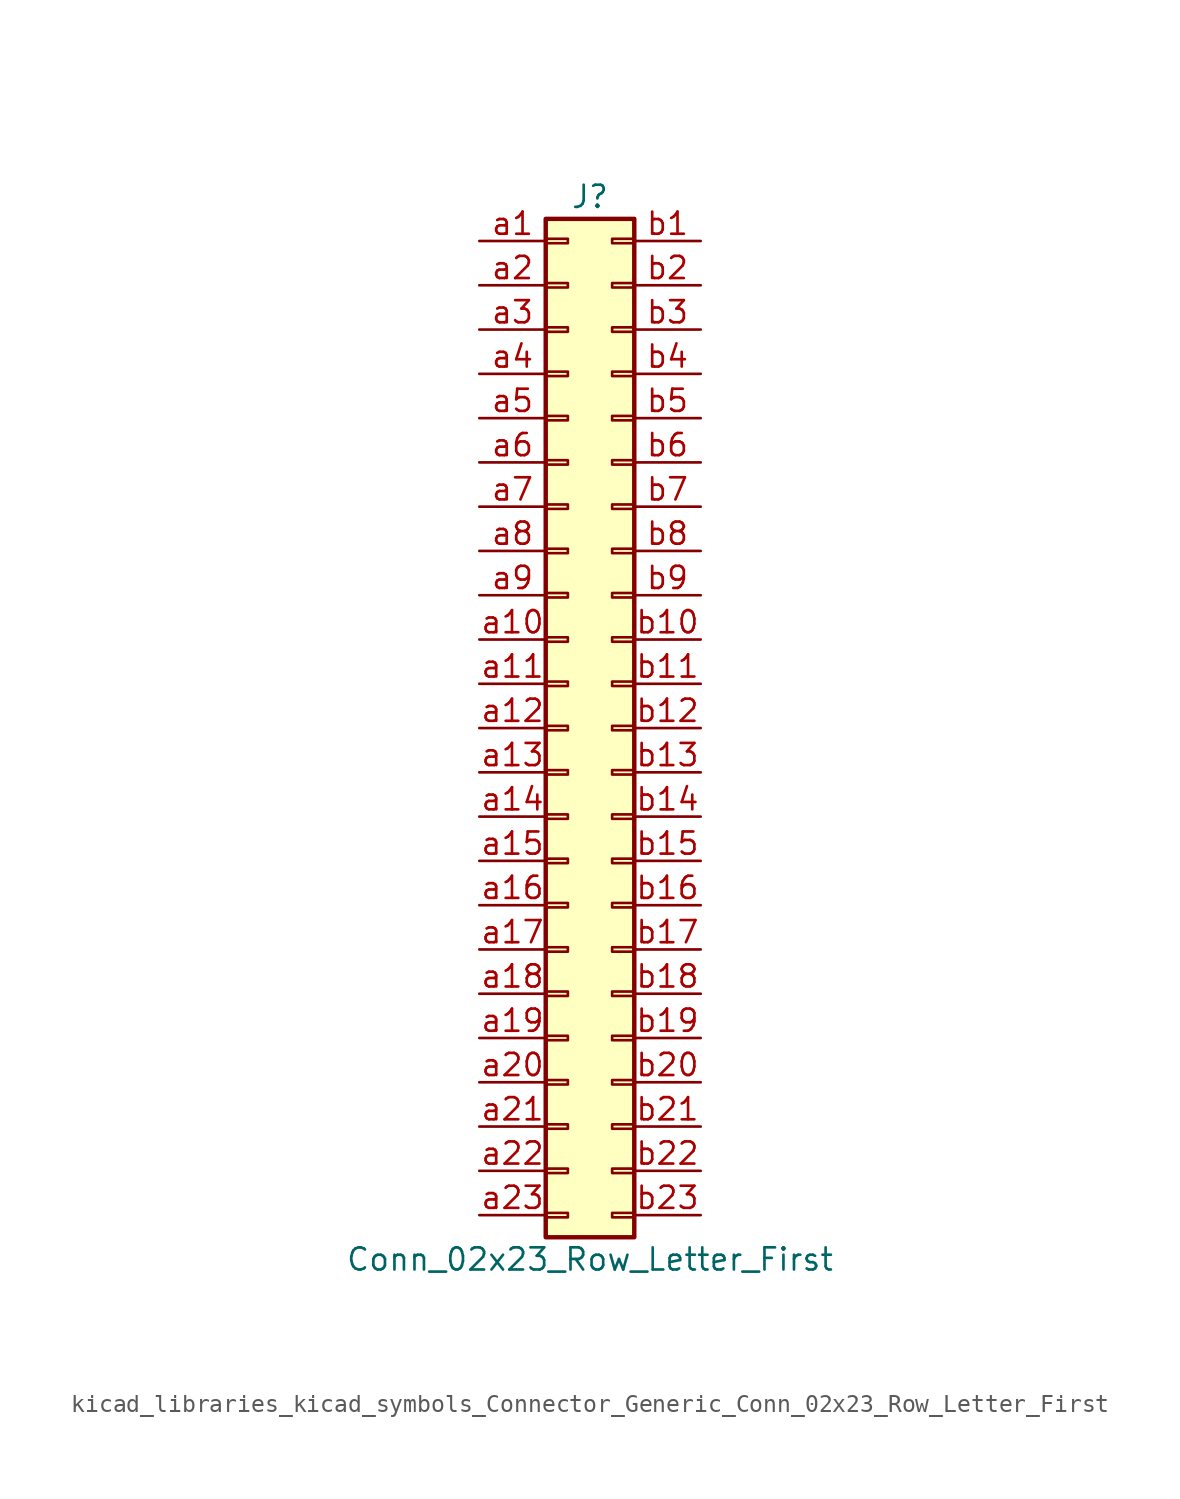
<source format=kicad_sym>
(kicad_symbol_lib
  (version 20220914)
  (generator kicad_symbol_editor)
  (symbol "kicad_libraries_kicad_symbols_Connector_Generic_Conn_02x23_Row_Letter_First"
    (pin_names
      (offset 1.016) hide)
    (property "Reference" "J"
      (at 1.27 30.48 0)
      (effects (font (size 1.27 1.27))))
    (property "Value" "Conn_02x23_Row_Letter_First"
      (at 1.27 -30.48 0)
      (effects (font (size 1.27 1.27))))
    (symbol "kicad_libraries_kicad_symbols_Connector_Generic_Conn_02x23_Row_Letter_First_1_1"
      (rectangle (start -1.27 -27.813) (end 0 -28.067) (stroke (width 0.152) (type default)) (fill (type none)))
      (rectangle (start -1.27 -25.273) (end 0 -25.527) (stroke (width 0.152) (type default)) (fill (type none)))
      (rectangle (start -1.27 -22.733) (end 0 -22.987) (stroke (width 0.152) (type default)) (fill (type none)))
      (rectangle (start -1.27 -20.193) (end 0 -20.447) (stroke (width 0.152) (type default)) (fill (type none)))
      (rectangle (start -1.27 -17.653) (end 0 -17.907) (stroke (width 0.152) (type default)) (fill (type none)))
      (rectangle (start -1.27 -15.113) (end 0 -15.367) (stroke (width 0.152) (type default)) (fill (type none)))
      (rectangle (start -1.27 -12.573) (end 0 -12.827) (stroke (width 0.152) (type default)) (fill (type none)))
      (rectangle (start -1.27 -10.033) (end 0 -10.287) (stroke (width 0.152) (type default)) (fill (type none)))
      (rectangle (start -1.27 -7.493) (end 0 -7.747) (stroke (width 0.152) (type default)) (fill (type none)))
      (rectangle (start -1.27 -4.953) (end 0 -5.207) (stroke (width 0.152) (type default)) (fill (type none)))
      (rectangle (start -1.27 -2.413) (end 0 -2.667) (stroke (width 0.152) (type default)) (fill (type none)))
      (rectangle (start -1.27 0.127) (end 0 -0.127) (stroke (width 0.152) (type default)) (fill (type none)))
      (rectangle (start -1.27 2.667) (end 0 2.413) (stroke (width 0.152) (type default)) (fill (type none)))
      (rectangle (start -1.27 5.207) (end 0 4.953) (stroke (width 0.152) (type default)) (fill (type none)))
      (rectangle (start -1.27 7.747) (end 0 7.493) (stroke (width 0.152) (type default)) (fill (type none)))
      (rectangle (start -1.27 10.287) (end 0 10.033) (stroke (width 0.152) (type default)) (fill (type none)))
      (rectangle (start -1.27 12.827) (end 0 12.573) (stroke (width 0.152) (type default)) (fill (type none)))
      (rectangle (start -1.27 15.367) (end 0 15.113) (stroke (width 0.152) (type default)) (fill (type none)))
      (rectangle (start -1.27 17.907) (end 0 17.653) (stroke (width 0.152) (type default)) (fill (type none)))
      (rectangle (start -1.27 20.447) (end 0 20.193) (stroke (width 0.152) (type default)) (fill (type none)))
      (rectangle (start -1.27 22.987) (end 0 22.733) (stroke (width 0.152) (type default)) (fill (type none)))
      (rectangle (start -1.27 25.527) (end 0 25.273) (stroke (width 0.152) (type default)) (fill (type none)))
      (rectangle (start -1.27 28.067) (end 0 27.813) (stroke (width 0.152) (type default)) (fill (type none)))
      (rectangle (start -1.27 29.21) (end 3.81 -29.21) (stroke (width 0.254) (type default)) (fill (type background)))
      (rectangle (start 3.81 -27.813) (end 2.54 -28.067) (stroke (width 0.152) (type default)) (fill (type none)))
      (rectangle (start 3.81 -25.273) (end 2.54 -25.527) (stroke (width 0.152) (type default)) (fill (type none)))
      (rectangle (start 3.81 -22.733) (end 2.54 -22.987) (stroke (width 0.152) (type default)) (fill (type none)))
      (rectangle (start 3.81 -20.193) (end 2.54 -20.447) (stroke (width 0.152) (type default)) (fill (type none)))
      (rectangle (start 3.81 -17.653) (end 2.54 -17.907) (stroke (width 0.152) (type default)) (fill (type none)))
      (rectangle (start 3.81 -15.113) (end 2.54 -15.367) (stroke (width 0.152) (type default)) (fill (type none)))
      (rectangle (start 3.81 -12.573) (end 2.54 -12.827) (stroke (width 0.152) (type default)) (fill (type none)))
      (rectangle (start 3.81 -10.033) (end 2.54 -10.287) (stroke (width 0.152) (type default)) (fill (type none)))
      (rectangle (start 3.81 -7.493) (end 2.54 -7.747) (stroke (width 0.152) (type default)) (fill (type none)))
      (rectangle (start 3.81 -4.953) (end 2.54 -5.207) (stroke (width 0.152) (type default)) (fill (type none)))
      (rectangle (start 3.81 -2.413) (end 2.54 -2.667) (stroke (width 0.152) (type default)) (fill (type none)))
      (rectangle (start 3.81 0.127) (end 2.54 -0.127) (stroke (width 0.152) (type default)) (fill (type none)))
      (rectangle (start 3.81 2.667) (end 2.54 2.413) (stroke (width 0.152) (type default)) (fill (type none)))
      (rectangle (start 3.81 5.207) (end 2.54 4.953) (stroke (width 0.152) (type default)) (fill (type none)))
      (rectangle (start 3.81 7.747) (end 2.54 7.493) (stroke (width 0.152) (type default)) (fill (type none)))
      (rectangle (start 3.81 10.287) (end 2.54 10.033) (stroke (width 0.152) (type default)) (fill (type none)))
      (rectangle (start 3.81 12.827) (end 2.54 12.573) (stroke (width 0.152) (type default)) (fill (type none)))
      (rectangle (start 3.81 15.367) (end 2.54 15.113) (stroke (width 0.152) (type default)) (fill (type none)))
      (rectangle (start 3.81 17.907) (end 2.54 17.653) (stroke (width 0.152) (type default)) (fill (type none)))
      (rectangle (start 3.81 20.447) (end 2.54 20.193) (stroke (width 0.152) (type default)) (fill (type none)))
      (rectangle (start 3.81 22.987) (end 2.54 22.733) (stroke (width 0.152) (type default)) (fill (type none)))
      (rectangle (start 3.81 25.527) (end 2.54 25.273) (stroke (width 0.152) (type default)) (fill (type none)))
      (rectangle (start 3.81 28.067) (end 2.54 27.813) (stroke (width 0.152) (type default)) (fill (type none)))
      (pin passive line (at -5.08 27.94 0) (length 3.81) (name "Pin_a1" (effects (font (size 1.27 1.27)))) (number "a1" (effects (font (size 1.27 1.27)))))
      (pin passive line (at -5.08 5.08 0) (length 3.81) (name "Pin_a10" (effects (font (size 1.27 1.27)))) (number "a10" (effects (font (size 1.27 1.27)))))
      (pin passive line (at -5.08 2.54 0) (length 3.81) (name "Pin_a11" (effects (font (size 1.27 1.27)))) (number "a11" (effects (font (size 1.27 1.27)))))
      (pin passive line (at -5.08 0 0) (length 3.81) (name "Pin_a12" (effects (font (size 1.27 1.27)))) (number "a12" (effects (font (size 1.27 1.27)))))
      (pin passive line (at -5.08 -2.54 0) (length 3.81) (name "Pin_a13" (effects (font (size 1.27 1.27)))) (number "a13" (effects (font (size 1.27 1.27)))))
      (pin passive line (at -5.08 -5.08 0) (length 3.81) (name "Pin_a14" (effects (font (size 1.27 1.27)))) (number "a14" (effects (font (size 1.27 1.27)))))
      (pin passive line (at -5.08 -7.62 0) (length 3.81) (name "Pin_a15" (effects (font (size 1.27 1.27)))) (number "a15" (effects (font (size 1.27 1.27)))))
      (pin passive line (at -5.08 -10.16 0) (length 3.81) (name "Pin_a16" (effects (font (size 1.27 1.27)))) (number "a16" (effects (font (size 1.27 1.27)))))
      (pin passive line (at -5.08 -12.7 0) (length 3.81) (name "Pin_a17" (effects (font (size 1.27 1.27)))) (number "a17" (effects (font (size 1.27 1.27)))))
      (pin passive line (at -5.08 -15.24 0) (length 3.81) (name "Pin_a18" (effects (font (size 1.27 1.27)))) (number "a18" (effects (font (size 1.27 1.27)))))
      (pin passive line (at -5.08 -17.78 0) (length 3.81) (name "Pin_a19" (effects (font (size 1.27 1.27)))) (number "a19" (effects (font (size 1.27 1.27)))))
      (pin passive line (at -5.08 25.4 0) (length 3.81) (name "Pin_a2" (effects (font (size 1.27 1.27)))) (number "a2" (effects (font (size 1.27 1.27)))))
      (pin passive line (at -5.08 -20.32 0) (length 3.81) (name "Pin_a20" (effects (font (size 1.27 1.27)))) (number "a20" (effects (font (size 1.27 1.27)))))
      (pin passive line (at -5.08 -22.86 0) (length 3.81) (name "Pin_a21" (effects (font (size 1.27 1.27)))) (number "a21" (effects (font (size 1.27 1.27)))))
      (pin passive line (at -5.08 -25.4 0) (length 3.81) (name "Pin_a22" (effects (font (size 1.27 1.27)))) (number "a22" (effects (font (size 1.27 1.27)))))
      (pin passive line (at -5.08 -27.94 0) (length 3.81) (name "Pin_a23" (effects (font (size 1.27 1.27)))) (number "a23" (effects (font (size 1.27 1.27)))))
      (pin passive line (at -5.08 22.86 0) (length 3.81) (name "Pin_a3" (effects (font (size 1.27 1.27)))) (number "a3" (effects (font (size 1.27 1.27)))))
      (pin passive line (at -5.08 20.32 0) (length 3.81) (name "Pin_a4" (effects (font (size 1.27 1.27)))) (number "a4" (effects (font (size 1.27 1.27)))))
      (pin passive line (at -5.08 17.78 0) (length 3.81) (name "Pin_a5" (effects (font (size 1.27 1.27)))) (number "a5" (effects (font (size 1.27 1.27)))))
      (pin passive line (at -5.08 15.24 0) (length 3.81) (name "Pin_a6" (effects (font (size 1.27 1.27)))) (number "a6" (effects (font (size 1.27 1.27)))))
      (pin passive line (at -5.08 12.7 0) (length 3.81) (name "Pin_a7" (effects (font (size 1.27 1.27)))) (number "a7" (effects (font (size 1.27 1.27)))))
      (pin passive line (at -5.08 10.16 0) (length 3.81) (name "Pin_a8" (effects (font (size 1.27 1.27)))) (number "a8" (effects (font (size 1.27 1.27)))))
      (pin passive line (at -5.08 7.62 0) (length 3.81) (name "Pin_a9" (effects (font (size 1.27 1.27)))) (number "a9" (effects (font (size 1.27 1.27)))))
      (pin passive line (at 7.62 27.94 180) (length 3.81) (name "Pin_b1" (effects (font (size 1.27 1.27)))) (number "b1" (effects (font (size 1.27 1.27)))))
      (pin passive line (at 7.62 5.08 180) (length 3.81) (name "Pin_b10" (effects (font (size 1.27 1.27)))) (number "b10" (effects (font (size 1.27 1.27)))))
      (pin passive line (at 7.62 2.54 180) (length 3.81) (name "Pin_b11" (effects (font (size 1.27 1.27)))) (number "b11" (effects (font (size 1.27 1.27)))))
      (pin passive line (at 7.62 0 180) (length 3.81) (name "Pin_b12" (effects (font (size 1.27 1.27)))) (number "b12" (effects (font (size 1.27 1.27)))))
      (pin passive line (at 7.62 -2.54 180) (length 3.81) (name "Pin_b13" (effects (font (size 1.27 1.27)))) (number "b13" (effects (font (size 1.27 1.27)))))
      (pin passive line (at 7.62 -5.08 180) (length 3.81) (name "Pin_b14" (effects (font (size 1.27 1.27)))) (number "b14" (effects (font (size 1.27 1.27)))))
      (pin passive line (at 7.62 -7.62 180) (length 3.81) (name "Pin_b15" (effects (font (size 1.27 1.27)))) (number "b15" (effects (font (size 1.27 1.27)))))
      (pin passive line (at 7.62 -10.16 180) (length 3.81) (name "Pin_b16" (effects (font (size 1.27 1.27)))) (number "b16" (effects (font (size 1.27 1.27)))))
      (pin passive line (at 7.62 -12.7 180) (length 3.81) (name "Pin_b17" (effects (font (size 1.27 1.27)))) (number "b17" (effects (font (size 1.27 1.27)))))
      (pin passive line (at 7.62 -15.24 180) (length 3.81) (name "Pin_b18" (effects (font (size 1.27 1.27)))) (number "b18" (effects (font (size 1.27 1.27)))))
      (pin passive line (at 7.62 -17.78 180) (length 3.81) (name "Pin_b19" (effects (font (size 1.27 1.27)))) (number "b19" (effects (font (size 1.27 1.27)))))
      (pin passive line (at 7.62 25.4 180) (length 3.81) (name "Pin_b2" (effects (font (size 1.27 1.27)))) (number "b2" (effects (font (size 1.27 1.27)))))
      (pin passive line (at 7.62 -20.32 180) (length 3.81) (name "Pin_b20" (effects (font (size 1.27 1.27)))) (number "b20" (effects (font (size 1.27 1.27)))))
      (pin passive line (at 7.62 -22.86 180) (length 3.81) (name "Pin_b21" (effects (font (size 1.27 1.27)))) (number "b21" (effects (font (size 1.27 1.27)))))
      (pin passive line (at 7.62 -25.4 180) (length 3.81) (name "Pin_b22" (effects (font (size 1.27 1.27)))) (number "b22" (effects (font (size 1.27 1.27)))))
      (pin passive line (at 7.62 -27.94 180) (length 3.81) (name "Pin_b23" (effects (font (size 1.27 1.27)))) (number "b23" (effects (font (size 1.27 1.27)))))
      (pin passive line (at 7.62 22.86 180) (length 3.81) (name "Pin_b3" (effects (font (size 1.27 1.27)))) (number "b3" (effects (font (size 1.27 1.27)))))
      (pin passive line (at 7.62 20.32 180) (length 3.81) (name "Pin_b4" (effects (font (size 1.27 1.27)))) (number "b4" (effects (font (size 1.27 1.27)))))
      (pin passive line (at 7.62 17.78 180) (length 3.81) (name "Pin_b5" (effects (font (size 1.27 1.27)))) (number "b5" (effects (font (size 1.27 1.27)))))
      (pin passive line (at 7.62 15.24 180) (length 3.81) (name "Pin_b6" (effects (font (size 1.27 1.27)))) (number "b6" (effects (font (size 1.27 1.27)))))
      (pin passive line (at 7.62 12.7 180) (length 3.81) (name "Pin_b7" (effects (font (size 1.27 1.27)))) (number "b7" (effects (font (size 1.27 1.27)))))
      (pin passive line (at 7.62 10.16 180) (length 3.81) (name "Pin_b8" (effects (font (size 1.27 1.27)))) (number "b8" (effects (font (size 1.27 1.27)))))
      (pin passive line (at 7.62 7.62 180) (length 3.81) (name "Pin_b9" (effects (font (size 1.27 1.27)))) (number "b9" (effects (font (size 1.27 1.27))))))))
</source>
